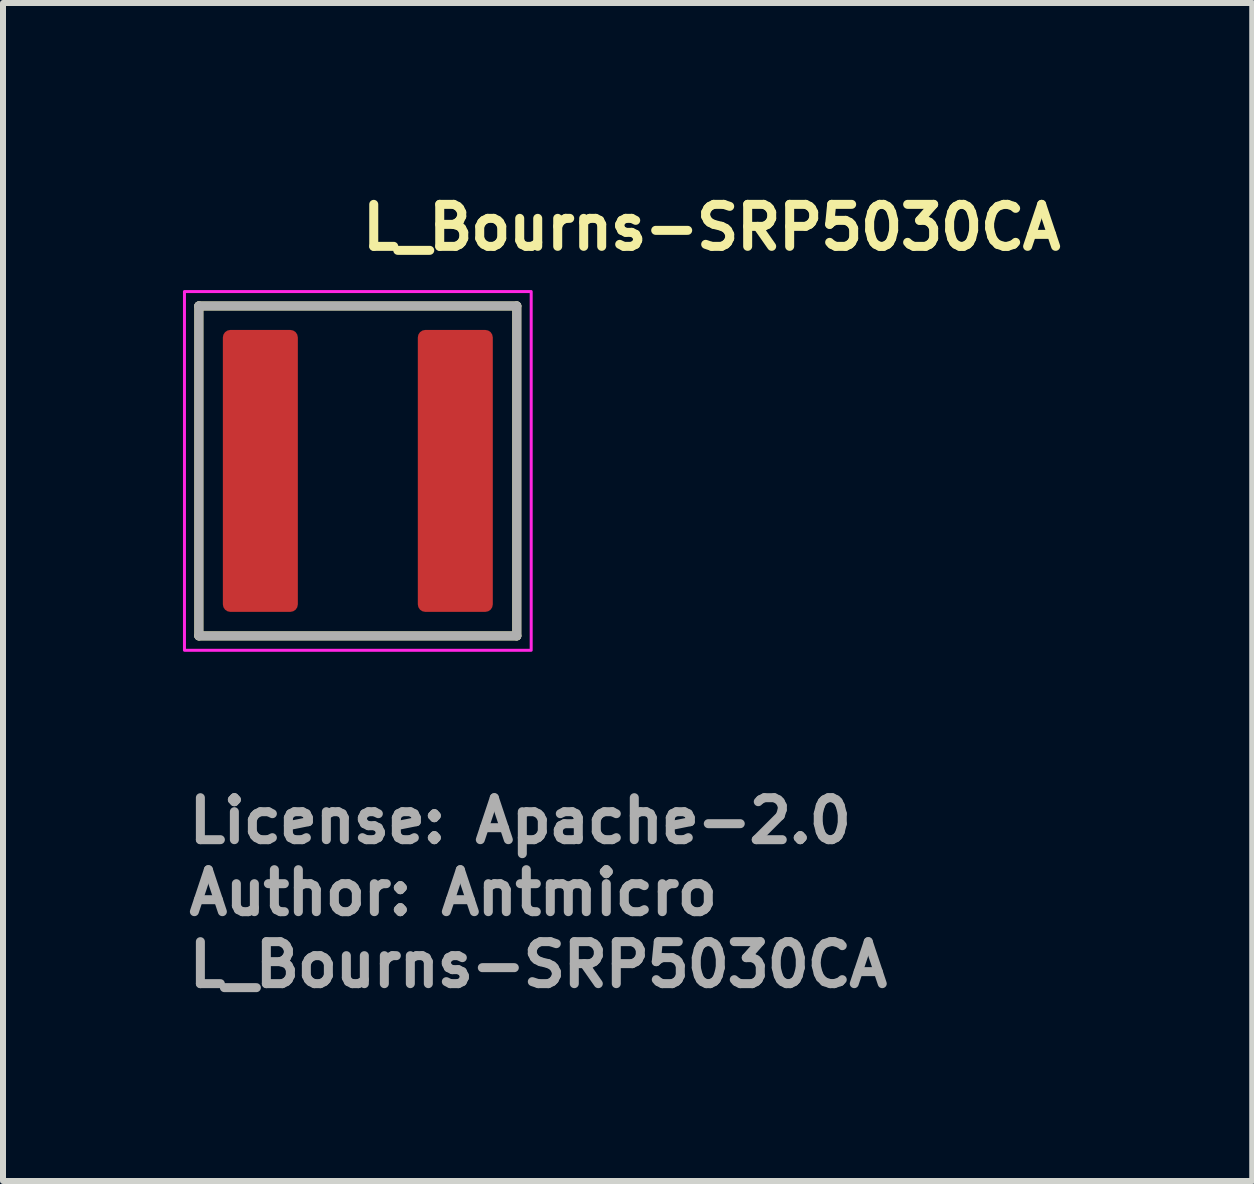
<source format=kicad_pcb>
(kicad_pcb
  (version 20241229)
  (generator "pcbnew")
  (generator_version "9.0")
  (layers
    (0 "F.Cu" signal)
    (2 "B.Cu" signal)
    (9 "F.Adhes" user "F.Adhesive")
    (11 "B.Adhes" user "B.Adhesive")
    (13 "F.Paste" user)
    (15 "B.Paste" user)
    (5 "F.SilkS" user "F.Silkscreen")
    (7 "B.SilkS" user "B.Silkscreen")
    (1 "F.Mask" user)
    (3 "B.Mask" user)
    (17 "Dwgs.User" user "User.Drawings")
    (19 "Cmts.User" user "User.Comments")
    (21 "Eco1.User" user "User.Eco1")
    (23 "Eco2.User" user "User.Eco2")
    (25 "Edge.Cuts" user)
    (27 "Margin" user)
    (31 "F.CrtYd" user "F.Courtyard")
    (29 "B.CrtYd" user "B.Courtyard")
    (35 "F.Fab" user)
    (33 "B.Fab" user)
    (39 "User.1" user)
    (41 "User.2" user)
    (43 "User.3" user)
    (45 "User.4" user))
  (footprint "L_Bourns-SRP5030CA"
    (layer "F.Cu")
    (at 2.915 4.8)
    (property "Reference" "L_Bourns-SRP5030CA" (at 0 -3.65 0) (layer "F.SilkS") (effects (font (size 0.7 0.7) (thickness 0.15)) (justify left bottom)))
    (attr smd)
    (fp_line (start -2.65 -2.75) (end 2.65 -2.75) (stroke (width 0.15) (type solid)) (layer "F.SilkS"))
    (fp_line (start -2.65 2.75) (end -2.65 -2.75) (stroke (width 0.15) (type solid)) (layer "F.SilkS"))
    (fp_line (start -2.65 2.75) (end 2.65 2.75) (stroke (width 0.15) (type solid)) (layer "F.SilkS"))
    (fp_line (start 2.65 2.75) (end 2.65 -2.75) (stroke (width 0.15) (type solid)) (layer "F.SilkS"))
    (fp_rect (start -2.89 -2.99) (end 2.89 2.99) (stroke (width 0.05) (type solid)) (fill no) (layer "F.CrtYd"))
    (fp_line (start -2.65 -2.75) (end 2.65 -2.75) (stroke (width 0.15) (type solid)) (layer "F.Fab"))
    (fp_line (start -2.65 2.75) (end -2.65 -2.75) (stroke (width 0.15) (type solid)) (layer "F.Fab"))
    (fp_line (start 2.65 -2.75) (end 2.65 2.75) (stroke (width 0.15) (type solid)) (layer "F.Fab"))
    (fp_line (start 2.65 2.75) (end -2.65 2.75) (stroke (width 0.15) (type solid)) (layer "F.Fab"))
    (fp_rect (start -2.64 -2.74) (end 2.64 2.74) (stroke (width 0.1) (type solid)) (fill no) (layer "User.5"))
    (fp_line (start -2.64 -2.54) (end -2.64 2.54) (stroke (width 0.02) (type solid)) (layer "User.9"))
    (fp_line (start -2.64 2.54) (end -2.639 2.549) (stroke (width 0.02) (type solid)) (layer "User.9"))
    (fp_line (start -2.639 -2.559) (end -2.639 -2.549) (stroke (width 0.02) (type solid)) (layer "User.9"))
    (fp_line (start -2.639 -2.549) (end -2.64 -2.54) (stroke (width 0.02) (type solid)) (layer "User.9"))
    (fp_line (start -2.639 2.549) (end -2.639 2.559) (stroke (width 0.02) (type solid)) (layer "User.9"))
    (fp_line (start -2.639 2.559) (end -2.637 2.569) (stroke (width 0.02) (type solid)) (layer "User.9"))
    (fp_line (start -2.637 -2.569) (end -2.639 -2.559) (stroke (width 0.02) (type solid)) (layer "User.9"))
    (fp_line (start -2.637 2.569) (end -2.636 2.579) (stroke (width 0.02) (type solid)) (layer "User.9"))
    (fp_line (start -2.636 -2.579) (end -2.637 -2.569) (stroke (width 0.02) (type solid)) (layer "User.9"))
    (fp_line (start -2.636 2.579) (end -2.633 2.588) (stroke (width 0.02) (type solid)) (layer "User.9"))
    (fp_line (start -2.633 -2.588) (end -2.636 -2.579) (stroke (width 0.02) (type solid)) (layer "User.9"))
    (fp_line (start -2.633 2.588) (end -2.631 2.598) (stroke (width 0.02) (type solid)) (layer "User.9"))
    (fp_line (start -2.631 -2.598) (end -2.633 -2.588) (stroke (width 0.02) (type solid)) (layer "User.9"))
    (fp_line (start -2.631 2.598) (end -2.628 2.607) (stroke (width 0.02) (type solid)) (layer "User.9"))
    (fp_line (start -2.628 -2.607) (end -2.631 -2.598) (stroke (width 0.02) (type solid)) (layer "User.9"))
    (fp_line (start -2.628 2.607) (end -2.624 2.616) (stroke (width 0.02) (type solid)) (layer "User.9"))
    (fp_line (start -2.624 -2.616) (end -2.628 -2.607) (stroke (width 0.02) (type solid)) (layer "User.9"))
    (fp_line (start -2.624 2.616) (end -2.62 2.625) (stroke (width 0.02) (type solid)) (layer "User.9"))
    (fp_line (start -2.62 -2.625) (end -2.624 -2.616) (stroke (width 0.02) (type solid)) (layer "User.9"))
    (fp_line (start -2.62 2.625) (end -2.616 2.634) (stroke (width 0.02) (type solid)) (layer "User.9"))
    (fp_line (start -2.616 -2.634) (end -2.62 -2.625) (stroke (width 0.02) (type solid)) (layer "User.9"))
    (fp_line (start -2.616 2.634) (end -2.611 2.642) (stroke (width 0.02) (type solid)) (layer "User.9"))
    (fp_line (start -2.611 -2.642) (end -2.616 -2.634) (stroke (width 0.02) (type solid)) (layer "User.9"))
    (fp_line (start -2.611 2.642) (end -2.606 2.65) (stroke (width 0.02) (type solid)) (layer "User.9"))
    (fp_line (start -2.606 -2.65) (end -2.611 -2.642) (stroke (width 0.02) (type solid)) (layer "User.9"))
    (fp_line (start -2.606 2.65) (end -2.6 2.658) (stroke (width 0.02) (type solid)) (layer "User.9"))
    (fp_line (start -2.6 -2.658) (end -2.606 -2.65) (stroke (width 0.02) (type solid)) (layer "User.9"))
    (fp_line (start -2.6 2.658) (end -2.594 2.666) (stroke (width 0.02) (type solid)) (layer "User.9"))
    (fp_line (start -2.594 -2.666) (end -2.6 -2.658) (stroke (width 0.02) (type solid)) (layer "User.9"))
    (fp_line (start -2.594 2.666) (end -2.588 2.674) (stroke (width 0.02) (type solid)) (layer "User.9"))
    (fp_line (start -2.588 -2.674) (end -2.594 -2.666) (stroke (width 0.02) (type solid)) (layer "User.9"))
    (fp_line (start -2.588 2.674) (end -2.581 2.681) (stroke (width 0.02) (type solid)) (layer "User.9"))
    (fp_line (start -2.581 -2.681) (end -2.588 -2.674) (stroke (width 0.02) (type solid)) (layer "User.9"))
    (fp_line (start -2.581 -2.681) (end -2.581 -2.681) (stroke (width 0.02) (type solid)) (layer "User.9"))
    (fp_line (start -2.581 2.681) (end -2.581 2.681) (stroke (width 0.02) (type solid)) (layer "User.9"))
    (fp_line (start -2.581 2.681) (end -2.574 2.688) (stroke (width 0.02) (type solid)) (layer "User.9"))
    (fp_line (start -2.574 -2.688) (end -2.581 -2.681) (stroke (width 0.02) (type solid)) (layer "User.9"))
    (fp_line (start -2.574 2.688) (end -2.566 2.694) (stroke (width 0.02) (type solid)) (layer "User.9"))
    (fp_line (start -2.566 -2.694) (end -2.574 -2.688) (stroke (width 0.02) (type solid)) (layer "User.9"))
    (fp_line (start -2.566 2.694) (end -2.558 2.7) (stroke (width 0.02) (type solid)) (layer "User.9"))
    (fp_line (start -2.558 -2.7) (end -2.566 -2.694) (stroke (width 0.02) (type solid)) (layer "User.9"))
    (fp_line (start -2.558 2.7) (end -2.55 2.706) (stroke (width 0.02) (type solid)) (layer "User.9"))
    (fp_line (start -2.55 -2.706) (end -2.558 -2.7) (stroke (width 0.02) (type solid)) (layer "User.9"))
    (fp_line (start -2.55 2.706) (end -2.542 2.711) (stroke (width 0.02) (type solid)) (layer "User.9"))
    (fp_line (start -2.542 -2.711) (end -2.55 -2.706) (stroke (width 0.02) (type solid)) (layer "User.9"))
    (fp_line (start -2.542 2.711) (end -2.534 2.716) (stroke (width 0.02) (type solid)) (layer "User.9"))
    (fp_line (start -2.534 -2.716) (end -2.542 -2.711) (stroke (width 0.02) (type solid)) (layer "User.9"))
    (fp_line (start -2.534 2.716) (end -2.525 2.72) (stroke (width 0.02) (type solid)) (layer "User.9"))
    (fp_line (start -2.525 -2.72) (end -2.534 -2.716) (stroke (width 0.02) (type solid)) (layer "User.9"))
    (fp_line (start -2.525 2.72) (end -2.516 2.724) (stroke (width 0.02) (type solid)) (layer "User.9"))
    (fp_line (start -2.516 -2.724) (end -2.525 -2.72) (stroke (width 0.02) (type solid)) (layer "User.9"))
    (fp_line (start -2.516 2.724) (end -2.507 2.728) (stroke (width 0.02) (type solid)) (layer "User.9"))
    (fp_line (start -2.507 -2.728) (end -2.516 -2.724) (stroke (width 0.02) (type solid)) (layer "User.9"))
    (fp_line (start -2.507 2.728) (end -2.498 2.731) (stroke (width 0.02) (type solid)) (layer "User.9"))
    (fp_line (start -2.498 -2.731) (end -2.507 -2.728) (stroke (width 0.02) (type solid)) (layer "User.9"))
    (fp_line (start -2.498 2.731) (end -2.488 2.733) (stroke (width 0.02) (type solid)) (layer "User.9"))
    (fp_line (start -2.488 -2.733) (end -2.498 -2.731) (stroke (width 0.02) (type solid)) (layer "User.9"))
    (fp_line (start -2.488 2.733) (end -2.479 2.736) (stroke (width 0.02) (type solid)) (layer "User.9"))
    (fp_line (start -2.479 -2.736) (end -2.488 -2.733) (stroke (width 0.02) (type solid)) (layer "User.9"))
    (fp_line (start -2.479 2.736) (end -2.469 2.737) (stroke (width 0.02) (type solid)) (layer "User.9"))
    (fp_line (start -2.469 -2.737) (end -2.479 -2.736) (stroke (width 0.02) (type solid)) (layer "User.9"))
    (fp_line (start -2.469 2.737) (end -2.459 2.739) (stroke (width 0.02) (type solid)) (layer "User.9"))
    (fp_line (start -2.459 -2.739) (end -2.469 -2.737) (stroke (width 0.02) (type solid)) (layer "User.9"))
    (fp_line (start -2.459 2.739) (end -2.449 2.739) (stroke (width 0.02) (type solid)) (layer "User.9"))
    (fp_line (start -2.449 -2.739) (end -2.459 -2.739) (stroke (width 0.02) (type solid)) (layer "User.9"))
    (fp_line (start -2.449 2.739) (end -2.44 2.74) (stroke (width 0.02) (type solid)) (layer "User.9"))
    (fp_line (start -2.44 -2.74) (end -2.449 -2.739) (stroke (width 0.02) (type solid)) (layer "User.9"))
    (fp_line (start -2.44 -2.74) (end 2.44 -2.74) (stroke (width 0.02) (type solid)) (layer "User.9"))
    (fp_line (start -2.44 2.74) (end 2.44 2.74) (stroke (width 0.02) (type solid)) (layer "User.9"))
    (fp_line (start -1.865 -1.974) (end -1.865 2.024) (stroke (width 0.02) (type solid)) (layer "User.9"))
    (fp_line (start -1.865 2.024) (end -1.665 2.024) (stroke (width 0.02) (type solid)) (layer "User.9"))
    (fp_line (start -1.665 -1.974) (end -1.865 -1.974) (stroke (width 0.02) (type solid)) (layer "User.9"))
    (fp_line (start -1.665 2.024) (end -1.665 -1.974) (stroke (width 0.02) (type solid)) (layer "User.9"))
    (fp_line (start 2.44 -2.74) (end -2.44 -2.74) (stroke (width 0.02) (type solid)) (layer "User.9"))
    (fp_line (start 2.44 2.74) (end -2.44 2.74) (stroke (width 0.02) (type solid)) (layer "User.9"))
    (fp_line (start 2.44 2.74) (end 2.449 2.739) (stroke (width 0.02) (type solid)) (layer "User.9"))
    (fp_line (start 2.449 -2.739) (end 2.44 -2.74) (stroke (width 0.02) (type solid)) (layer "User.9"))
    (fp_line (start 2.449 2.739) (end 2.459 2.739) (stroke (width 0.02) (type solid)) (layer "User.9"))
    (fp_line (start 2.459 -2.739) (end 2.449 -2.739) (stroke (width 0.02) (type solid)) (layer "User.9"))
    (fp_line (start 2.459 2.739) (end 2.469 2.737) (stroke (width 0.02) (type solid)) (layer "User.9"))
    (fp_line (start 2.469 -2.737) (end 2.459 -2.739) (stroke (width 0.02) (type solid)) (layer "User.9"))
    (fp_line (start 2.469 2.737) (end 2.479 2.736) (stroke (width 0.02) (type solid)) (layer "User.9"))
    (fp_line (start 2.479 -2.736) (end 2.469 -2.737) (stroke (width 0.02) (type solid)) (layer "User.9"))
    (fp_line (start 2.479 2.736) (end 2.488 2.733) (stroke (width 0.02) (type solid)) (layer "User.9"))
    (fp_line (start 2.488 -2.733) (end 2.479 -2.736) (stroke (width 0.02) (type solid)) (layer "User.9"))
    (fp_line (start 2.488 2.733) (end 2.498 2.731) (stroke (width 0.02) (type solid)) (layer "User.9"))
    (fp_line (start 2.498 -2.731) (end 2.488 -2.733) (stroke (width 0.02) (type solid)) (layer "User.9"))
    (fp_line (start 2.498 2.731) (end 2.507 2.728) (stroke (width 0.02) (type solid)) (layer "User.9"))
    (fp_line (start 2.507 -2.728) (end 2.498 -2.731) (stroke (width 0.02) (type solid)) (layer "User.9"))
    (fp_line (start 2.507 2.728) (end 2.516 2.724) (stroke (width 0.02) (type solid)) (layer "User.9"))
    (fp_line (start 2.516 -2.724) (end 2.507 -2.728) (stroke (width 0.02) (type solid)) (layer "User.9"))
    (fp_line (start 2.516 2.724) (end 2.525 2.72) (stroke (width 0.02) (type solid)) (layer "User.9"))
    (fp_line (start 2.525 -2.72) (end 2.516 -2.724) (stroke (width 0.02) (type solid)) (layer "User.9"))
    (fp_line (start 2.525 2.72) (end 2.534 2.716) (stroke (width 0.02) (type solid)) (layer "User.9"))
    (fp_line (start 2.534 -2.716) (end 2.525 -2.72) (stroke (width 0.02) (type solid)) (layer "User.9"))
    (fp_line (start 2.534 2.716) (end 2.542 2.711) (stroke (width 0.02) (type solid)) (layer "User.9"))
    (fp_line (start 2.542 -2.711) (end 2.534 -2.716) (stroke (width 0.02) (type solid)) (layer "User.9"))
    (fp_line (start 2.542 2.711) (end 2.55 2.706) (stroke (width 0.02) (type solid)) (layer "User.9"))
    (fp_line (start 2.55 -2.706) (end 2.542 -2.711) (stroke (width 0.02) (type solid)) (layer "User.9"))
    (fp_line (start 2.55 2.706) (end 2.558 2.7) (stroke (width 0.02) (type solid)) (layer "User.9"))
    (fp_line (start 2.558 -2.7) (end 2.55 -2.706) (stroke (width 0.02) (type solid)) (layer "User.9"))
    (fp_line (start 2.558 2.7) (end 2.566 2.694) (stroke (width 0.02) (type solid)) (layer "User.9"))
    (fp_line (start 2.566 -2.694) (end 2.558 -2.7) (stroke (width 0.02) (type solid)) (layer "User.9"))
    (fp_line (start 2.566 2.694) (end 2.574 2.688) (stroke (width 0.02) (type solid)) (layer "User.9"))
    (fp_line (start 2.574 -2.688) (end 2.566 -2.694) (stroke (width 0.02) (type solid)) (layer "User.9"))
    (fp_line (start 2.574 2.688) (end 2.581 2.681) (stroke (width 0.02) (type solid)) (layer "User.9"))
    (fp_line (start 2.581 -2.681) (end 2.574 -2.688) (stroke (width 0.02) (type solid)) (layer "User.9"))
    (fp_line (start 2.581 -2.681) (end 2.581 -2.681) (stroke (width 0.02) (type solid)) (layer "User.9"))
    (fp_line (start 2.581 2.681) (end 2.581 2.681) (stroke (width 0.02) (type solid)) (layer "User.9"))
    (fp_line (start 2.581 2.681) (end 2.588 2.674) (stroke (width 0.02) (type solid)) (layer "User.9"))
    (fp_line (start 2.588 -2.674) (end 2.581 -2.681) (stroke (width 0.02) (type solid)) (layer "User.9"))
    (fp_line (start 2.588 2.674) (end 2.594 2.666) (stroke (width 0.02) (type solid)) (layer "User.9"))
    (fp_line (start 2.594 -2.666) (end 2.588 -2.674) (stroke (width 0.02) (type solid)) (layer "User.9"))
    (fp_line (start 2.594 2.666) (end 2.6 2.658) (stroke (width 0.02) (type solid)) (layer "User.9"))
    (fp_line (start 2.6 -2.658) (end 2.594 -2.666) (stroke (width 0.02) (type solid)) (layer "User.9"))
    (fp_line (start 2.6 2.658) (end 2.606 2.65) (stroke (width 0.02) (type solid)) (layer "User.9"))
    (fp_line (start 2.606 -2.65) (end 2.6 -2.658) (stroke (width 0.02) (type solid)) (layer "User.9"))
    (fp_line (start 2.606 2.65) (end 2.611 2.642) (stroke (width 0.02) (type solid)) (layer "User.9"))
    (fp_line (start 2.611 -2.642) (end 2.606 -2.65) (stroke (width 0.02) (type solid)) (layer "User.9"))
    (fp_line (start 2.611 2.642) (end 2.616 2.634) (stroke (width 0.02) (type solid)) (layer "User.9"))
    (fp_line (start 2.616 -2.634) (end 2.611 -2.642) (stroke (width 0.02) (type solid)) (layer "User.9"))
    (fp_line (start 2.616 2.634) (end 2.62 2.625) (stroke (width 0.02) (type solid)) (layer "User.9"))
    (fp_line (start 2.62 -2.625) (end 2.616 -2.634) (stroke (width 0.02) (type solid)) (layer "User.9"))
    (fp_line (start 2.62 2.625) (end 2.624 2.616) (stroke (width 0.02) (type solid)) (layer "User.9"))
    (fp_line (start 2.624 -2.616) (end 2.62 -2.625) (stroke (width 0.02) (type solid)) (layer "User.9"))
    (fp_line (start 2.624 2.616) (end 2.628 2.607) (stroke (width 0.02) (type solid)) (layer "User.9"))
    (fp_line (start 2.628 -2.607) (end 2.624 -2.616) (stroke (width 0.02) (type solid)) (layer "User.9"))
    (fp_line (start 2.628 2.607) (end 2.631 2.598) (stroke (width 0.02) (type solid)) (layer "User.9"))
    (fp_line (start 2.631 -2.598) (end 2.628 -2.607) (stroke (width 0.02) (type solid)) (layer "User.9"))
    (fp_line (start 2.631 2.598) (end 2.633 2.588) (stroke (width 0.02) (type solid)) (layer "User.9"))
    (fp_line (start 2.633 -2.588) (end 2.631 -2.598) (stroke (width 0.02) (type solid)) (layer "User.9"))
    (fp_line (start 2.633 2.588) (end 2.636 2.579) (stroke (width 0.02) (type solid)) (layer "User.9"))
    (fp_line (start 2.636 -2.579) (end 2.633 -2.588) (stroke (width 0.02) (type solid)) (layer "User.9"))
    (fp_line (start 2.636 2.579) (end 2.637 2.569) (stroke (width 0.02) (type solid)) (layer "User.9"))
    (fp_line (start 2.637 -2.569) (end 2.636 -2.579) (stroke (width 0.02) (type solid)) (layer "User.9"))
    (fp_line (start 2.637 2.569) (end 2.639 2.559) (stroke (width 0.02) (type solid)) (layer "User.9"))
    (fp_line (start 2.639 -2.559) (end 2.637 -2.569) (stroke (width 0.02) (type solid)) (layer "User.9"))
    (fp_line (start 2.639 -2.549) (end 2.639 -2.559) (stroke (width 0.02) (type solid)) (layer "User.9"))
    (fp_line (start 2.639 2.549) (end 2.64 2.54) (stroke (width 0.02) (type solid)) (layer "User.9"))
    (fp_line (start 2.639 2.559) (end 2.639 2.549) (stroke (width 0.02) (type solid)) (layer "User.9"))
    (fp_line (start 2.64 -2.54) (end 2.639 -2.549) (stroke (width 0.02) (type solid)) (layer "User.9"))
    (fp_line (start 2.64 2.54) (end 2.64 -2.54) (stroke (width 0.02) (type solid)) (layer "User.9"))
    (fp_text user "${REFERENCE}" (at -2.89 8.641 0) (layer "F.Fab") (effects (font (size 0.7 0.7) (thickness 0.15)) (justify left bottom)))
    (fp_text user "License: Apache-2.0" (at -2.89 6.241 0) (layer "F.Fab") (effects (font (size 0.7 0.7) (thickness 0.15)) (justify left bottom)))
    (fp_text user "Author: Antmicro" (at -2.89 7.441 0) (layer "F.Fab") (effects (font (size 0.7 0.7) (thickness 0.15)) (justify left bottom)))
    (pad "1" smd roundrect (at -1.625 0) (size 1.25 4.7) (layers "F.Cu" "F.Mask" "F.Paste") (roundrect_rratio 0.1))
    (pad "2" smd roundrect (at 1.625 0) (size 1.25 4.7) (layers "F.Cu" "F.Mask" "F.Paste") (roundrect_rratio 0.1)))
  (gr_rect
    (start -3 -3)
    (end 17.825 16.637)
    (stroke (width 0.1) (type default))
    (fill no)
    (layer "Edge.Cuts")))
</source>
